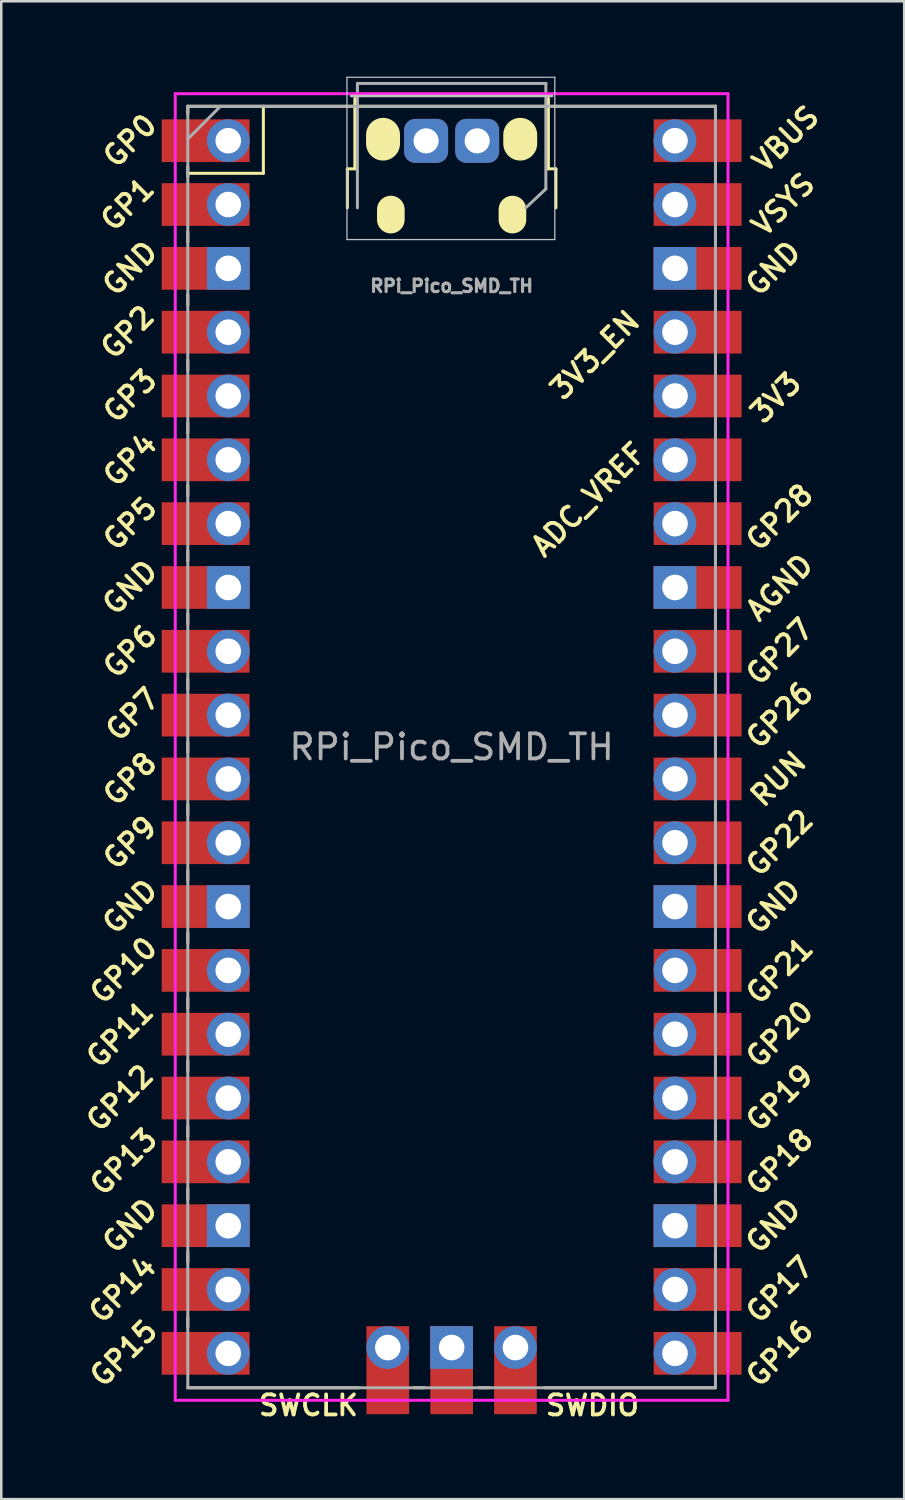
<source format=kicad_pcb>
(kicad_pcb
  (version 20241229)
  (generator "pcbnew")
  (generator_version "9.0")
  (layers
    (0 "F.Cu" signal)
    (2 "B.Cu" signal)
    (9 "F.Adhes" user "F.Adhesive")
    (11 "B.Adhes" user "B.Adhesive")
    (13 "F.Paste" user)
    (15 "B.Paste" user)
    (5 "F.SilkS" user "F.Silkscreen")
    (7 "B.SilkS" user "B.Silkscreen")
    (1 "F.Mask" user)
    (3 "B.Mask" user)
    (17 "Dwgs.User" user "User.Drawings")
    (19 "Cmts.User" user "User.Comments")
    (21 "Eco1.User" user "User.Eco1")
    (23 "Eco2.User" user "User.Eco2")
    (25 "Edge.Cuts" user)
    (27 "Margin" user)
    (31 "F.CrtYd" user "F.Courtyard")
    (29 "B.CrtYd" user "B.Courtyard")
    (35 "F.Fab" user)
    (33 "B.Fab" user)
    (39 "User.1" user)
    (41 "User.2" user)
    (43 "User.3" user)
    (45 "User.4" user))
  (footprint "RPi_Pico_SMD_TH"
    (layer "F.Cu")
    (at 14.924 26.68)
    (property "Reference" "RPi_Pico_SMD_TH" (at 0 0 0) (layer "F.Fab") (effects (font (size 1 1) (thickness 0.15))))
    (attr through_hole)
    (fp_line (start -10.5 -25.5) (end -10.5 -25.2) (stroke (width 0.12) (type solid)) (layer "F.SilkS"))
    (fp_line (start -10.5 -25.5) (end 10.5 -25.5) (stroke (width 0.12) (type solid)) (layer "F.SilkS"))
    (fp_line (start -10.5 -23.1) (end -10.5 -22.7) (stroke (width 0.12) (type solid)) (layer "F.SilkS"))
    (fp_line (start -10.5 -22.833) (end -7.493 -22.833) (stroke (width 0.12) (type solid)) (layer "F.SilkS"))
    (fp_line (start -10.5 -20.5) (end -10.5 -20.1) (stroke (width 0.12) (type solid)) (layer "F.SilkS"))
    (fp_line (start -10.5 -18) (end -10.5 -17.6) (stroke (width 0.12) (type solid)) (layer "F.SilkS"))
    (fp_line (start -10.5 -15.4) (end -10.5 -15) (stroke (width 0.12) (type solid)) (layer "F.SilkS"))
    (fp_line (start -10.5 -12.9) (end -10.5 -12.5) (stroke (width 0.12) (type solid)) (layer "F.SilkS"))
    (fp_line (start -10.5 -10.4) (end -10.5 -10) (stroke (width 0.12) (type solid)) (layer "F.SilkS"))
    (fp_line (start -10.5 -7.8) (end -10.5 -7.4) (stroke (width 0.12) (type solid)) (layer "F.SilkS"))
    (fp_line (start -10.5 -5.3) (end -10.5 -4.9) (stroke (width 0.12) (type solid)) (layer "F.SilkS"))
    (fp_line (start -10.5 -2.7) (end -10.5 -2.3) (stroke (width 0.12) (type solid)) (layer "F.SilkS"))
    (fp_line (start -10.5 -0.2) (end -10.5 0.2) (stroke (width 0.12) (type solid)) (layer "F.SilkS"))
    (fp_line (start -10.5 2.3) (end -10.5 2.7) (stroke (width 0.12) (type solid)) (layer "F.SilkS"))
    (fp_line (start -10.5 4.9) (end -10.5 5.3) (stroke (width 0.12) (type solid)) (layer "F.SilkS"))
    (fp_line (start -10.5 7.4) (end -10.5 7.8) (stroke (width 0.12) (type solid)) (layer "F.SilkS"))
    (fp_line (start -10.5 10) (end -10.5 10.4) (stroke (width 0.12) (type solid)) (layer "F.SilkS"))
    (fp_line (start -10.5 12.5) (end -10.5 12.9) (stroke (width 0.12) (type solid)) (layer "F.SilkS"))
    (fp_line (start -10.5 15.1) (end -10.5 15.5) (stroke (width 0.12) (type solid)) (layer "F.SilkS"))
    (fp_line (start -10.5 17.6) (end -10.5 18) (stroke (width 0.12) (type solid)) (layer "F.SilkS"))
    (fp_line (start -10.5 20.1) (end -10.5 20.5) (stroke (width 0.12) (type solid)) (layer "F.SilkS"))
    (fp_line (start -10.5 22.7) (end -10.5 23.1) (stroke (width 0.12) (type solid)) (layer "F.SilkS"))
    (fp_line (start -7.493 -22.833) (end -7.493 -25.5) (stroke (width 0.12) (type solid)) (layer "F.SilkS"))
    (fp_line (start -4.15 -23.01) (end -4.15 -21.46) (stroke (width 0.12) (type solid)) (layer "F.SilkS"))
    (fp_line (start -3.85 -25.81) (end -3.85 -23.01) (stroke (width 0.12) (type solid)) (layer "F.SilkS"))
    (fp_line (start -3.85 -23.01) (end -4.15 -23.01) (stroke (width 0.12) (type solid)) (layer "F.SilkS"))
    (fp_line (start -3.7 25.5) (end -10.5 25.5) (stroke (width 0.12) (type solid)) (layer "F.SilkS"))
    (fp_line (start -1.5 25.5) (end -1.1 25.5) (stroke (width 0.12) (type solid)) (layer "F.SilkS"))
    (fp_line (start 1.1 25.5) (end 1.5 25.5) (stroke (width 0.12) (type solid)) (layer "F.SilkS"))
    (fp_line (start 3.85 -25.81) (end 3.85 -23.01) (stroke (width 0.12) (type solid)) (layer "F.SilkS"))
    (fp_line (start 4.15 -23.01) (end 3.85 -23.01) (stroke (width 0.12) (type solid)) (layer "F.SilkS"))
    (fp_line (start 4.15 -23.01) (end 4.15 -21.46) (stroke (width 0.12) (type solid)) (layer "F.SilkS"))
    (fp_line (start 10.5 -25.5) (end 10.5 -25.2) (stroke (width 0.12) (type solid)) (layer "F.SilkS"))
    (fp_line (start 10.5 -23.1) (end 10.5 -22.7) (stroke (width 0.12) (type solid)) (layer "F.SilkS"))
    (fp_line (start 10.5 -20.5) (end 10.5 -20.1) (stroke (width 0.12) (type solid)) (layer "F.SilkS"))
    (fp_line (start 10.5 -18) (end 10.5 -17.6) (stroke (width 0.12) (type solid)) (layer "F.SilkS"))
    (fp_line (start 10.5 -15.4) (end 10.5 -15) (stroke (width 0.12) (type solid)) (layer "F.SilkS"))
    (fp_line (start 10.5 -12.9) (end 10.5 -12.5) (stroke (width 0.12) (type solid)) (layer "F.SilkS"))
    (fp_line (start 10.5 -10.4) (end 10.5 -10) (stroke (width 0.12) (type solid)) (layer "F.SilkS"))
    (fp_line (start 10.5 -7.8) (end 10.5 -7.4) (stroke (width 0.12) (type solid)) (layer "F.SilkS"))
    (fp_line (start 10.5 -5.3) (end 10.5 -4.9) (stroke (width 0.12) (type solid)) (layer "F.SilkS"))
    (fp_line (start 10.5 -2.7) (end 10.5 -2.3) (stroke (width 0.12) (type solid)) (layer "F.SilkS"))
    (fp_line (start 10.5 -0.2) (end 10.5 0.2) (stroke (width 0.12) (type solid)) (layer "F.SilkS"))
    (fp_line (start 10.5 2.3) (end 10.5 2.7) (stroke (width 0.12) (type solid)) (layer "F.SilkS"))
    (fp_line (start 10.5 4.9) (end 10.5 5.3) (stroke (width 0.12) (type solid)) (layer "F.SilkS"))
    (fp_line (start 10.5 7.4) (end 10.5 7.8) (stroke (width 0.12) (type solid)) (layer "F.SilkS"))
    (fp_line (start 10.5 10) (end 10.5 10.4) (stroke (width 0.12) (type solid)) (layer "F.SilkS"))
    (fp_line (start 10.5 12.5) (end 10.5 12.9) (stroke (width 0.12) (type solid)) (layer "F.SilkS"))
    (fp_line (start 10.5 15.1) (end 10.5 15.5) (stroke (width 0.12) (type solid)) (layer "F.SilkS"))
    (fp_line (start 10.5 17.6) (end 10.5 18) (stroke (width 0.12) (type solid)) (layer "F.SilkS"))
    (fp_line (start 10.5 20.1) (end 10.5 20.5) (stroke (width 0.12) (type solid)) (layer "F.SilkS"))
    (fp_line (start 10.5 22.7) (end 10.5 23.1) (stroke (width 0.12) (type solid)) (layer "F.SilkS"))
    (fp_line (start 10.5 25.5) (end 3.7 25.5) (stroke (width 0.12) (type solid)) (layer "F.SilkS"))
    (fp_line (start -4.165 -26.655) (end -4.165 -20.195) (stroke (width 0.05) (type solid)) (layer "Dwgs.User"))
    (fp_line (start -4.165 -26.655) (end 4.105 -26.655) (stroke (width 0.05) (type solid)) (layer "Dwgs.User"))
    (fp_line (start 4 -25.91) (end -4 -25.91) (stroke (width 0.1) (type solid)) (layer "Dwgs.User"))
    (fp_line (start 4.105 -20.195) (end -4.165 -20.195) (stroke (width 0.05) (type solid)) (layer "Dwgs.User"))
    (fp_line (start 4.105 -20.195) (end 4.105 -26.655) (stroke (width 0.05) (type solid)) (layer "Dwgs.User"))
    (fp_line (start -11 -26) (end 11 -26) (stroke (width 0.12) (type solid)) (layer "F.CrtYd"))
    (fp_line (start -11 26) (end -11 -26) (stroke (width 0.12) (type solid)) (layer "F.CrtYd"))
    (fp_line (start 11 -26) (end 11 26) (stroke (width 0.12) (type solid)) (layer "F.CrtYd"))
    (fp_line (start 11 26) (end -11 26) (stroke (width 0.12) (type solid)) (layer "F.CrtYd"))
    (fp_line (start -10.5 -25.5) (end 10.5 -25.5) (stroke (width 0.12) (type solid)) (layer "F.Fab"))
    (fp_line (start -10.5 -24.2) (end -9.2 -25.5) (stroke (width 0.12) (type solid)) (layer "F.Fab"))
    (fp_line (start -10.5 25.5) (end -10.5 -25.5) (stroke (width 0.12) (type solid)) (layer "F.Fab"))
    (fp_line (start -3.75 -26.41) (end 3.75 -26.41) (stroke (width 0.12) (type solid)) (layer "F.Fab"))
    (fp_line (start -3.75 -21.46) (end -3.75 -26.41) (stroke (width 0.12) (type solid)) (layer "F.Fab"))
    (fp_line (start 3.75 -26.41) (end 3.75 -22.21) (stroke (width 0.12) (type solid)) (layer "F.Fab"))
    (fp_line (start 3.75 -22.21) (end 2.95 -21.46) (stroke (width 0.12) (type solid)) (layer "F.Fab"))
    (fp_line (start 10.5 -25.5) (end 10.5 25.5) (stroke (width 0.12) (type solid)) (layer "F.Fab"))
    (fp_line (start 10.5 25.5) (end -10.5 25.5) (stroke (width 0.12) (type solid)) (layer "F.Fab"))
    (fp_text user "GP1" (at -12.9 -21.6 45) (layer "F.SilkS") (effects (font (size 0.8 0.8) (thickness 0.15))))
    (fp_text user "SWDIO" (at 5.6 26.2 0) (layer "F.SilkS") (effects (font (size 0.8 0.8) (thickness 0.15))))
    (fp_text user "GP8" (at -12.8 1.27 45) (layer "F.SilkS") (effects (font (size 0.8 0.8) (thickness 0.15))))
    (fp_text user "GP9" (at -12.8 3.81 45) (layer "F.SilkS") (effects (font (size 0.8 0.8) (thickness 0.15))))
    (fp_text user "GP10" (at -13.054 8.89 45) (layer "F.SilkS") (effects (font (size 0.8 0.8) (thickness 0.15))))
    (fp_text user "GP17" (at 13.054 21.59 45) (layer "F.SilkS") (effects (font (size 0.8 0.8) (thickness 0.15))))
    (fp_text user "3V3_EN" (at 5.7 -15.6 45) (layer "F.SilkS") (effects (font (size 0.8 0.8) (thickness 0.15))))
    (fp_text user "GP13" (at -13.054 16.51 45) (layer "F.SilkS") (effects (font (size 0.8 0.8) (thickness 0.15))))
    (fp_text user "GP19" (at 13.054 13.97 45) (layer "F.SilkS") (effects (font (size 0.8 0.8) (thickness 0.15))))
    (fp_text user "GP22" (at 13.054 3.81 45) (layer "F.SilkS") (effects (font (size 0.8 0.8) (thickness 0.15))))
    (fp_text user "GP26" (at 13.054 -1.27 45) (layer "F.SilkS") (effects (font (size 0.8 0.8) (thickness 0.15))))
    (fp_text user "GP3" (at -12.8 -13.97 45) (layer "F.SilkS") (effects (font (size 0.8 0.8) (thickness 0.15))))
    (fp_text user "GP6" (at -12.8 -3.81 45) (layer "F.SilkS") (effects (font (size 0.8 0.8) (thickness 0.15))))
    (fp_text user "GP2" (at -12.9 -16.51 45) (layer "F.SilkS") (effects (font (size 0.8 0.8) (thickness 0.15))))
    (fp_text user "GP7" (at -12.7 -1.3 45) (layer "F.SilkS") (effects (font (size 0.8 0.8) (thickness 0.15))))
    (fp_text user "GP15" (at -13.054 24.13 45) (layer "F.SilkS") (effects (font (size 0.8 0.8) (thickness 0.15))))
    (fp_text user "ADC_VREF" (at 5.45 -9.85 45) (layer "F.SilkS") (effects (font (size 0.8 0.8) (thickness 0.15))))
    (fp_text user "GP12" (at -13.2 13.97 45) (layer "F.SilkS") (effects (font (size 0.8 0.8) (thickness 0.15))))
    (fp_text user "AGND" (at 13.054 -6.35 45) (layer "F.SilkS") (effects (font (size 0.8 0.8) (thickness 0.15))))
    (fp_text user "GP18" (at 13.054 16.51 45) (layer "F.SilkS") (effects (font (size 0.8 0.8) (thickness 0.15))))
    (fp_text user "VSYS" (at 13.2 -21.59 45) (layer "F.SilkS") (effects (font (size 0.8 0.8) (thickness 0.15))))
    (fp_text user "GND" (at -12.8 19.05 45) (layer "F.SilkS") (effects (font (size 0.8 0.8) (thickness 0.15))))
    (fp_text user "GP16" (at 13.054 24.13 45) (layer "F.SilkS") (effects (font (size 0.8 0.8) (thickness 0.15))))
    (fp_text user "GND" (at 12.8 6.35 45) (layer "F.SilkS") (effects (font (size 0.8 0.8) (thickness 0.15))))
    (fp_text user "GP11" (at -13.2 11.43 45) (layer "F.SilkS") (effects (font (size 0.8 0.8) (thickness 0.15))))
    (fp_text user "GND" (at -12.8 6.35 45) (layer "F.SilkS") (effects (font (size 0.8 0.8) (thickness 0.15))))
    (fp_text user "GP20" (at 13.054 11.43 45) (layer "F.SilkS") (effects (font (size 0.8 0.8) (thickness 0.15))))
    (fp_text user "GND" (at -12.8 -6.35 45) (layer "F.SilkS") (effects (font (size 0.8 0.8) (thickness 0.15))))
    (fp_text user "GP4" (at -12.8 -11.43 45) (layer "F.SilkS") (effects (font (size 0.8 0.8) (thickness 0.15))))
    (fp_text user "3V3" (at 12.9 -13.9 45) (layer "F.SilkS") (effects (font (size 0.8 0.8) (thickness 0.15))))
    (fp_text user "GP0" (at -12.8 -24.13 45) (layer "F.SilkS") (effects (font (size 0.8 0.8) (thickness 0.15))))
    (fp_text user "GP21" (at 13.054 8.9 45) (layer "F.SilkS") (effects (font (size 0.8 0.8) (thickness 0.15))))
    (fp_text user "GND" (at 12.8 -19.05 45) (layer "F.SilkS") (effects (font (size 0.8 0.8) (thickness 0.15))))
    (fp_text user "GP28" (at 13.054 -9.144 45) (layer "F.SilkS") (effects (font (size 0.8 0.8) (thickness 0.15))))
    (fp_text user "SWCLK" (at -5.7 26.2 0) (layer "F.SilkS") (effects (font (size 0.8 0.8) (thickness 0.15))))
    (fp_text user "GND" (at 12.8 19.05 45) (layer "F.SilkS") (effects (font (size 0.8 0.8) (thickness 0.15))))
    (fp_text user "GP5" (at -12.8 -8.89 45) (layer "F.SilkS") (effects (font (size 0.8 0.8) (thickness 0.15))))
    (fp_text user "GP14" (at -13.1 21.59 45) (layer "F.SilkS") (effects (font (size 0.8 0.8) (thickness 0.15))))
    (fp_text user "GP27" (at 13.054 -3.8 45) (layer "F.SilkS") (effects (font (size 0.8 0.8) (thickness 0.15))))
    (fp_text user "VBUS" (at 13.3 -24.2 45) (layer "F.SilkS") (effects (font (size 0.8 0.8) (thickness 0.15))))
    (fp_text user "RUN" (at 13 1.27 45) (layer "F.SilkS") (effects (font (size 0.8 0.8) (thickness 0.15))))
    (fp_text user "GND" (at -12.8 -19.05 45) (layer "F.SilkS") (effects (font (size 0.8 0.8) (thickness 0.15))))
    (fp_text user "${REFERENCE}" (at 0 -18.35 180) (layer "F.Fab") (effects (font (size 0.5 0.5) (thickness 0.125))))
    (pad "" smd oval (at -2.73 -24.19 270) (size 1.7 1.35) (layers "F.SilkS"))
    (pad "" smd oval (at -2.42 -21.19 270) (size 1.5 1.1) (layers "F.SilkS"))
    (pad "" smd oval (at 2.42 -21.19 270) (size 1.5 1.1) (layers "F.SilkS"))
    (pad "" smd oval (at 2.73 -24.19 270) (size 1.7 1.35) (layers "F.SilkS"))
    (pad "1" thru_hole oval (at -8.89 -24.13) (size 1.7 1.7) (drill 1.02) (layers "*.Cu" "*.Mask"))
    (pad "1" smd rect (at -8.89 -24.13) (size 3.5 1.7) (drill (offset -0.9 0)) (layers "F.Cu" "F.Mask"))
    (pad "2" thru_hole oval (at -8.89 -21.59) (size 1.7 1.7) (drill 1.02) (layers "*.Cu" "*.Mask"))
    (pad "2" smd rect (at -8.89 -21.59) (size 3.5 1.7) (drill (offset -0.9 0)) (layers "F.Cu" "F.Mask"))
    (pad "3" thru_hole rect (at -8.89 -19.05) (size 1.7 1.7) (drill 1.02) (layers "*.Cu" "*.Mask"))
    (pad "3" smd rect (at -8.89 -19.05) (size 3.5 1.7) (drill (offset -0.9 0)) (layers "F.Cu" "F.Mask"))
    (pad "4" thru_hole oval (at -8.89 -16.51) (size 1.7 1.7) (drill 1.02) (layers "*.Cu" "*.Mask"))
    (pad "4" smd rect (at -8.89 -16.51) (size 3.5 1.7) (drill (offset -0.9 0)) (layers "F.Cu" "F.Mask"))
    (pad "5" thru_hole oval (at -8.89 -13.97) (size 1.7 1.7) (drill 1.02) (layers "*.Cu" "*.Mask"))
    (pad "5" smd rect (at -8.89 -13.97) (size 3.5 1.7) (drill (offset -0.9 0)) (layers "F.Cu" "F.Mask"))
    (pad "6" thru_hole oval (at -8.89 -11.43) (size 1.7 1.7) (drill 1.02) (layers "*.Cu" "*.Mask"))
    (pad "6" smd rect (at -8.89 -11.43) (size 3.5 1.7) (drill (offset -0.9 0)) (layers "F.Cu" "F.Mask"))
    (pad "7" thru_hole oval (at -8.89 -8.89) (size 1.7 1.7) (drill 1.02) (layers "*.Cu" "*.Mask"))
    (pad "7" smd rect (at -8.89 -8.89) (size 3.5 1.7) (drill (offset -0.9 0)) (layers "F.Cu" "F.Mask"))
    (pad "8" thru_hole rect (at -8.89 -6.35) (size 1.7 1.7) (drill 1.02) (layers "*.Cu" "*.Mask"))
    (pad "8" smd rect (at -8.89 -6.35) (size 3.5 1.7) (drill (offset -0.9 0)) (layers "F.Cu" "F.Mask"))
    (pad "9" thru_hole oval (at -8.89 -3.81) (size 1.7 1.7) (drill 1.02) (layers "*.Cu" "*.Mask"))
    (pad "9" smd rect (at -8.89 -3.81) (size 3.5 1.7) (drill (offset -0.9 0)) (layers "F.Cu" "F.Mask"))
    (pad "10" thru_hole oval (at -8.89 -1.27) (size 1.7 1.7) (drill 1.02) (layers "*.Cu" "*.Mask"))
    (pad "10" smd rect (at -8.89 -1.27) (size 3.5 1.7) (drill (offset -0.9 0)) (layers "F.Cu" "F.Mask"))
    (pad "11" thru_hole oval (at -8.89 1.27) (size 1.7 1.7) (drill 1.02) (layers "*.Cu" "*.Mask"))
    (pad "11" smd rect (at -8.89 1.27) (size 3.5 1.7) (drill (offset -0.9 0)) (layers "F.Cu" "F.Mask"))
    (pad "12" thru_hole oval (at -8.89 3.81) (size 1.7 1.7) (drill 1.02) (layers "*.Cu" "*.Mask"))
    (pad "12" smd rect (at -8.89 3.81) (size 3.5 1.7) (drill (offset -0.9 0)) (layers "F.Cu" "F.Mask"))
    (pad "13" thru_hole rect (at -8.89 6.35) (size 1.7 1.7) (drill 1.02) (layers "*.Cu" "*.Mask"))
    (pad "13" smd rect (at -8.89 6.35) (size 3.5 1.7) (drill (offset -0.9 0)) (layers "F.Cu" "F.Mask"))
    (pad "14" thru_hole oval (at -8.89 8.89) (size 1.7 1.7) (drill 1.02) (layers "*.Cu" "*.Mask"))
    (pad "14" smd rect (at -8.89 8.89) (size 3.5 1.7) (drill (offset -0.9 0)) (layers "F.Cu" "F.Mask"))
    (pad "15" thru_hole oval (at -8.89 11.43) (size 1.7 1.7) (drill 1.02) (layers "*.Cu" "*.Mask"))
    (pad "15" smd rect (at -8.89 11.43) (size 3.5 1.7) (drill (offset -0.9 0)) (layers "F.Cu" "F.Mask"))
    (pad "16" thru_hole oval (at -8.89 13.97) (size 1.7 1.7) (drill 1.02) (layers "*.Cu" "*.Mask"))
    (pad "16" smd rect (at -8.89 13.97) (size 3.5 1.7) (drill (offset -0.9 0)) (layers "F.Cu" "F.Mask"))
    (pad "17" thru_hole oval (at -8.89 16.51) (size 1.7 1.7) (drill 1.02) (layers "*.Cu" "*.Mask"))
    (pad "17" smd rect (at -8.89 16.51) (size 3.5 1.7) (drill (offset -0.9 0)) (layers "F.Cu" "F.Mask"))
    (pad "18" thru_hole rect (at -8.89 19.05) (size 1.7 1.7) (drill 1.02) (layers "*.Cu" "*.Mask"))
    (pad "18" smd rect (at -8.89 19.05) (size 3.5 1.7) (drill (offset -0.9 0)) (layers "F.Cu" "F.Mask"))
    (pad "19" thru_hole oval (at -8.89 21.59) (size 1.7 1.7) (drill 1.02) (layers "*.Cu" "*.Mask"))
    (pad "19" smd rect (at -8.89 21.59) (size 3.5 1.7) (drill (offset -0.9 0)) (layers "F.Cu" "F.Mask"))
    (pad "20" thru_hole oval (at -8.89 24.13) (size 1.7 1.7) (drill 1.02) (layers "*.Cu" "*.Mask"))
    (pad "20" smd rect (at -8.89 24.13) (size 3.5 1.7) (drill (offset -0.9 0)) (layers "F.Cu" "F.Mask"))
    (pad "21" thru_hole oval (at 8.89 24.13) (size 1.7 1.7) (drill 1.02) (layers "*.Cu" "*.Mask"))
    (pad "21" smd rect (at 8.89 24.13) (size 3.5 1.7) (drill (offset 0.9 0)) (layers "F.Cu" "F.Mask"))
    (pad "22" thru_hole oval (at 8.89 21.59) (size 1.7 1.7) (drill 1.02) (layers "*.Cu" "*.Mask"))
    (pad "22" smd rect (at 8.89 21.59) (size 3.5 1.7) (drill (offset 0.9 0)) (layers "F.Cu" "F.Mask"))
    (pad "23" thru_hole rect (at 8.89 19.05) (size 1.7 1.7) (drill 1.02) (layers "*.Cu" "*.Mask"))
    (pad "23" smd rect (at 8.89 19.05) (size 3.5 1.7) (drill (offset 0.9 0)) (layers "F.Cu" "F.Mask"))
    (pad "24" thru_hole oval (at 8.89 16.51) (size 1.7 1.7) (drill 1.02) (layers "*.Cu" "*.Mask"))
    (pad "24" smd rect (at 8.89 16.51) (size 3.5 1.7) (drill (offset 0.9 0)) (layers "F.Cu" "F.Mask"))
    (pad "25" thru_hole oval (at 8.89 13.97) (size 1.7 1.7) (drill 1.02) (layers "*.Cu" "*.Mask"))
    (pad "25" smd rect (at 8.89 13.97) (size 3.5 1.7) (drill (offset 0.9 0)) (layers "F.Cu" "F.Mask"))
    (pad "26" thru_hole oval (at 8.89 11.43) (size 1.7 1.7) (drill 1.02) (layers "*.Cu" "*.Mask"))
    (pad "26" smd rect (at 8.89 11.43) (size 3.5 1.7) (drill (offset 0.9 0)) (layers "F.Cu" "F.Mask"))
    (pad "27" thru_hole oval (at 8.89 8.89) (size 1.7 1.7) (drill 1.02) (layers "*.Cu" "*.Mask"))
    (pad "27" smd rect (at 8.89 8.89) (size 3.5 1.7) (drill (offset 0.9 0)) (layers "F.Cu" "F.Mask"))
    (pad "28" thru_hole rect (at 8.89 6.35) (size 1.7 1.7) (drill 1.02) (layers "*.Cu" "*.Mask"))
    (pad "28" smd rect (at 8.89 6.35) (size 3.5 1.7) (drill (offset 0.9 0)) (layers "F.Cu" "F.Mask"))
    (pad "29" thru_hole oval (at 8.89 3.81) (size 1.7 1.7) (drill 1.02) (layers "*.Cu" "*.Mask"))
    (pad "29" smd rect (at 8.89 3.81) (size 3.5 1.7) (drill (offset 0.9 0)) (layers "F.Cu" "F.Mask"))
    (pad "30" thru_hole oval (at 8.89 1.27) (size 1.7 1.7) (drill 1.02) (layers "*.Cu" "*.Mask"))
    (pad "30" smd rect (at 8.89 1.27) (size 3.5 1.7) (drill (offset 0.9 0)) (layers "F.Cu" "F.Mask"))
    (pad "31" thru_hole oval (at 8.89 -1.27) (size 1.7 1.7) (drill 1.02) (layers "*.Cu" "*.Mask"))
    (pad "31" smd rect (at 8.89 -1.27) (size 3.5 1.7) (drill (offset 0.9 0)) (layers "F.Cu" "F.Mask"))
    (pad "32" thru_hole oval (at 8.89 -3.81) (size 1.7 1.7) (drill 1.02) (layers "*.Cu" "*.Mask"))
    (pad "32" smd rect (at 8.89 -3.81) (size 3.5 1.7) (drill (offset 0.9 0)) (layers "F.Cu" "F.Mask"))
    (pad "33" thru_hole rect (at 8.89 -6.35) (size 1.7 1.7) (drill 1.02) (layers "*.Cu" "*.Mask"))
    (pad "33" smd rect (at 8.89 -6.35) (size 3.5 1.7) (drill (offset 0.9 0)) (layers "F.Cu" "F.Mask"))
    (pad "34" thru_hole oval (at 8.89 -8.89) (size 1.7 1.7) (drill 1.02) (layers "*.Cu" "*.Mask"))
    (pad "34" smd rect (at 8.89 -8.89) (size 3.5 1.7) (drill (offset 0.9 0)) (layers "F.Cu" "F.Mask"))
    (pad "35" thru_hole oval (at 8.89 -11.43) (size 1.7 1.7) (drill 1.02) (layers "*.Cu" "*.Mask"))
    (pad "35" smd rect (at 8.89 -11.43) (size 3.5 1.7) (drill (offset 0.9 0)) (layers "F.Cu" "F.Mask"))
    (pad "36" thru_hole oval (at 8.89 -13.97) (size 1.7 1.7) (drill 1.02) (layers "*.Cu" "*.Mask"))
    (pad "36" smd rect (at 8.89 -13.97) (size 3.5 1.7) (drill (offset 0.9 0)) (layers "F.Cu" "F.Mask"))
    (pad "37" thru_hole oval (at 8.89 -16.51) (size 1.7 1.7) (drill 1.02) (layers "*.Cu" "*.Mask"))
    (pad "37" smd rect (at 8.89 -16.51) (size 3.5 1.7) (drill (offset 0.9 0)) (layers "F.Cu" "F.Mask"))
    (pad "38" thru_hole rect (at 8.89 -19.05) (size 1.7 1.7) (drill 1.02) (layers "*.Cu" "*.Mask"))
    (pad "38" smd rect (at 8.89 -19.05) (size 3.5 1.7) (drill (offset 0.9 0)) (layers "F.Cu" "F.Mask"))
    (pad "39" thru_hole oval (at 8.89 -21.59) (size 1.7 1.7) (drill 1.02) (layers "*.Cu" "*.Mask"))
    (pad "39" smd rect (at 8.89 -21.59) (size 3.5 1.7) (drill (offset 0.9 0)) (layers "F.Cu" "F.Mask"))
    (pad "40" thru_hole oval (at 8.89 -24.13) (size 1.7 1.7) (drill 1.02) (layers "*.Cu" "*.Mask"))
    (pad "40" smd rect (at 8.89 -24.13) (size 3.5 1.7) (drill (offset 0.9 0)) (layers "F.Cu" "F.Mask"))
    (pad "41" thru_hole oval (at -2.54 23.9) (size 1.7 1.7) (drill 1.02) (layers "*.Cu" "*.Mask"))
    (pad "41" smd rect (at -2.54 23.9 90) (size 3.5 1.7) (drill (offset -0.9 0)) (layers "F.Cu" "F.Mask"))
    (pad "42" thru_hole rect (at 0 23.9) (size 1.7 1.7) (drill 1.02) (layers "*.Cu" "*.Mask"))
    (pad "42" smd rect (at 0 23.9 90) (size 3.5 1.7) (drill (offset -0.9 0)) (layers "F.Cu" "F.Mask"))
    (pad "43" thru_hole oval (at 2.54 23.9) (size 1.7 1.7) (drill 1.02) (layers "*.Cu" "*.Mask"))
    (pad "43" smd rect (at 2.54 23.9 90) (size 3.5 1.7) (drill (offset -0.9 0)) (layers "F.Cu" "F.Mask"))
    (pad "TP2" thru_hole roundrect (at 1.016 -24.125) (size 1.75 1.75) (drill 1) (layers "*.Cu" "*.Mask") (roundrect_rratio 0.25))
    (pad "TP3" thru_hole roundrect (at -1.016 -24.125) (size 1.75 1.75) (drill 1) (layers "*.Cu" "*.Mask") (roundrect_rratio 0.25)))
  (gr_rect
    (start -3 -3)
    (end 32.935 56.611)
    (stroke (width 0.1) (type default))
    (fill no)
    (layer "Edge.Cuts")))
</source>
